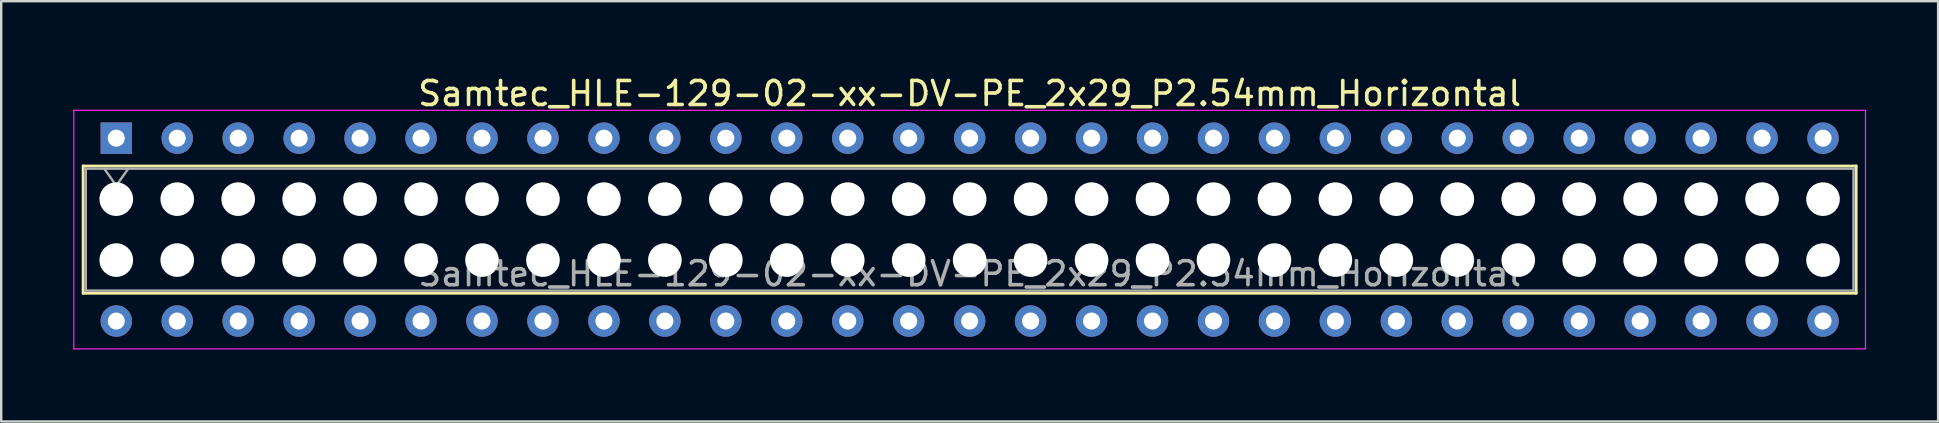
<source format=kicad_pcb>
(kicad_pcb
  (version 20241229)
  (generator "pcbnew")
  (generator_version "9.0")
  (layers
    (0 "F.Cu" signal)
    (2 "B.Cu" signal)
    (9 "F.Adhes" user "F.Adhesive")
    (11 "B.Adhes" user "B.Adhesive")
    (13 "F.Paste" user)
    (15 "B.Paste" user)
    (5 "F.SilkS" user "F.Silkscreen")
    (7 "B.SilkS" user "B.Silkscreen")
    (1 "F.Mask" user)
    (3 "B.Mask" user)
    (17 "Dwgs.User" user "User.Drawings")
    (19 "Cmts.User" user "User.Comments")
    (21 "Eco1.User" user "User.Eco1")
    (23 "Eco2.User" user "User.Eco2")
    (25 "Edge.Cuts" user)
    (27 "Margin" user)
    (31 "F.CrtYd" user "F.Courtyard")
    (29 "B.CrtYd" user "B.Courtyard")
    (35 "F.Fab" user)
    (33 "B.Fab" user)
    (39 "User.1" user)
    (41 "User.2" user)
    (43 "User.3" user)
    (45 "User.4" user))
  (footprint "Samtec_HLE-129-02-xx-DV-PE_2x29_P2.54mm_Horizontal"
    (layer "F.Cu")
    (at 1.795 2.708)
    (property "Reference" "Samtec_HLE-129-02-xx-DV-PE_2x29_P2.54mm_Horizontal" (at 35.56 -1.86 0) (layer "F.SilkS") (effects (font (size 1 1) (thickness 0.15))))
    (attr through_hole)
    (fp_line (start -1.38 1.16) (end 72.5 1.16) (stroke (width 0.12) (type solid)) (layer "F.SilkS"))
    (fp_line (start -1.38 6.46) (end -1.38 1.16) (stroke (width 0.12) (type solid)) (layer "F.SilkS"))
    (fp_line (start 72.5 1.16) (end 72.5 6.46) (stroke (width 0.12) (type solid)) (layer "F.SilkS"))
    (fp_line (start 72.5 6.46) (end -1.38 6.46) (stroke (width 0.12) (type solid)) (layer "F.SilkS"))
    (fp_line (start -1.77 -1.16) (end 72.89 -1.16) (stroke (width 0.05) (type solid)) (layer "F.CrtYd"))
    (fp_line (start -1.77 8.78) (end -1.77 -1.16) (stroke (width 0.05) (type solid)) (layer "F.CrtYd"))
    (fp_line (start 72.89 -1.16) (end 72.89 8.78) (stroke (width 0.05) (type solid)) (layer "F.CrtYd"))
    (fp_line (start 72.89 8.78) (end -1.77 8.78) (stroke (width 0.05) (type solid)) (layer "F.CrtYd"))
    (fp_line (start -1.27 1.27) (end 72.39 1.27) (stroke (width 0.1) (type solid)) (layer "F.Fab"))
    (fp_line (start -1.27 6.35) (end -1.27 1.27) (stroke (width 0.1) (type solid)) (layer "F.Fab"))
    (fp_line (start -0.5 1.27) (end 0 1.977) (stroke (width 0.1) (type solid)) (layer "F.Fab"))
    (fp_line (start 0 1.977) (end 0.5 1.27) (stroke (width 0.1) (type solid)) (layer "F.Fab"))
    (fp_line (start 72.39 1.27) (end 72.39 6.35) (stroke (width 0.1) (type solid)) (layer "F.Fab"))
    (fp_line (start 72.39 6.35) (end -1.27 6.35) (stroke (width 0.1) (type solid)) (layer "F.Fab"))
    (fp_text user "${REFERENCE}" (at 35.56 5.65 0) (layer "F.Fab") (effects (font (size 1 1) (thickness 0.15))))
    (pad "" np_thru_hole circle (at 0 2.54) (size 1.4 1.4) (drill 1.4) (layers "*.Cu" "*.Mask"))
    (pad "" np_thru_hole circle (at 0 5.08) (size 1.4 1.4) (drill 1.4) (layers "*.Cu" "*.Mask"))
    (pad "" np_thru_hole circle (at 2.54 2.54) (size 1.4 1.4) (drill 1.4) (layers "*.Cu" "*.Mask"))
    (pad "" np_thru_hole circle (at 2.54 5.08) (size 1.4 1.4) (drill 1.4) (layers "*.Cu" "*.Mask"))
    (pad "" np_thru_hole circle (at 5.08 2.54) (size 1.4 1.4) (drill 1.4) (layers "*.Cu" "*.Mask"))
    (pad "" np_thru_hole circle (at 5.08 5.08) (size 1.4 1.4) (drill 1.4) (layers "*.Cu" "*.Mask"))
    (pad "" np_thru_hole circle (at 7.62 2.54) (size 1.4 1.4) (drill 1.4) (layers "*.Cu" "*.Mask"))
    (pad "" np_thru_hole circle (at 7.62 5.08) (size 1.4 1.4) (drill 1.4) (layers "*.Cu" "*.Mask"))
    (pad "" np_thru_hole circle (at 10.16 2.54) (size 1.4 1.4) (drill 1.4) (layers "*.Cu" "*.Mask"))
    (pad "" np_thru_hole circle (at 10.16 5.08) (size 1.4 1.4) (drill 1.4) (layers "*.Cu" "*.Mask"))
    (pad "" np_thru_hole circle (at 12.7 2.54) (size 1.4 1.4) (drill 1.4) (layers "*.Cu" "*.Mask"))
    (pad "" np_thru_hole circle (at 12.7 5.08) (size 1.4 1.4) (drill 1.4) (layers "*.Cu" "*.Mask"))
    (pad "" np_thru_hole circle (at 15.24 2.54) (size 1.4 1.4) (drill 1.4) (layers "*.Cu" "*.Mask"))
    (pad "" np_thru_hole circle (at 15.24 5.08) (size 1.4 1.4) (drill 1.4) (layers "*.Cu" "*.Mask"))
    (pad "" np_thru_hole circle (at 17.78 2.54) (size 1.4 1.4) (drill 1.4) (layers "*.Cu" "*.Mask"))
    (pad "" np_thru_hole circle (at 17.78 5.08) (size 1.4 1.4) (drill 1.4) (layers "*.Cu" "*.Mask"))
    (pad "" np_thru_hole circle (at 20.32 2.54) (size 1.4 1.4) (drill 1.4) (layers "*.Cu" "*.Mask"))
    (pad "" np_thru_hole circle (at 20.32 5.08) (size 1.4 1.4) (drill 1.4) (layers "*.Cu" "*.Mask"))
    (pad "" np_thru_hole circle (at 22.86 2.54) (size 1.4 1.4) (drill 1.4) (layers "*.Cu" "*.Mask"))
    (pad "" np_thru_hole circle (at 22.86 5.08) (size 1.4 1.4) (drill 1.4) (layers "*.Cu" "*.Mask"))
    (pad "" np_thru_hole circle (at 25.4 2.54) (size 1.4 1.4) (drill 1.4) (layers "*.Cu" "*.Mask"))
    (pad "" np_thru_hole circle (at 25.4 5.08) (size 1.4 1.4) (drill 1.4) (layers "*.Cu" "*.Mask"))
    (pad "" np_thru_hole circle (at 27.94 2.54) (size 1.4 1.4) (drill 1.4) (layers "*.Cu" "*.Mask"))
    (pad "" np_thru_hole circle (at 27.94 5.08) (size 1.4 1.4) (drill 1.4) (layers "*.Cu" "*.Mask"))
    (pad "" np_thru_hole circle (at 30.48 2.54) (size 1.4 1.4) (drill 1.4) (layers "*.Cu" "*.Mask"))
    (pad "" np_thru_hole circle (at 30.48 5.08) (size 1.4 1.4) (drill 1.4) (layers "*.Cu" "*.Mask"))
    (pad "" np_thru_hole circle (at 33.02 2.54) (size 1.4 1.4) (drill 1.4) (layers "*.Cu" "*.Mask"))
    (pad "" np_thru_hole circle (at 33.02 5.08) (size 1.4 1.4) (drill 1.4) (layers "*.Cu" "*.Mask"))
    (pad "" np_thru_hole circle (at 35.56 2.54) (size 1.4 1.4) (drill 1.4) (layers "*.Cu" "*.Mask"))
    (pad "" np_thru_hole circle (at 35.56 5.08) (size 1.4 1.4) (drill 1.4) (layers "*.Cu" "*.Mask"))
    (pad "" np_thru_hole circle (at 38.1 2.54) (size 1.4 1.4) (drill 1.4) (layers "*.Cu" "*.Mask"))
    (pad "" np_thru_hole circle (at 38.1 5.08) (size 1.4 1.4) (drill 1.4) (layers "*.Cu" "*.Mask"))
    (pad "" np_thru_hole circle (at 40.64 2.54) (size 1.4 1.4) (drill 1.4) (layers "*.Cu" "*.Mask"))
    (pad "" np_thru_hole circle (at 40.64 5.08) (size 1.4 1.4) (drill 1.4) (layers "*.Cu" "*.Mask"))
    (pad "" np_thru_hole circle (at 43.18 2.54) (size 1.4 1.4) (drill 1.4) (layers "*.Cu" "*.Mask"))
    (pad "" np_thru_hole circle (at 43.18 5.08) (size 1.4 1.4) (drill 1.4) (layers "*.Cu" "*.Mask"))
    (pad "" np_thru_hole circle (at 45.72 2.54) (size 1.4 1.4) (drill 1.4) (layers "*.Cu" "*.Mask"))
    (pad "" np_thru_hole circle (at 45.72 5.08) (size 1.4 1.4) (drill 1.4) (layers "*.Cu" "*.Mask"))
    (pad "" np_thru_hole circle (at 48.26 2.54) (size 1.4 1.4) (drill 1.4) (layers "*.Cu" "*.Mask"))
    (pad "" np_thru_hole circle (at 48.26 5.08) (size 1.4 1.4) (drill 1.4) (layers "*.Cu" "*.Mask"))
    (pad "" np_thru_hole circle (at 50.8 2.54) (size 1.4 1.4) (drill 1.4) (layers "*.Cu" "*.Mask"))
    (pad "" np_thru_hole circle (at 50.8 5.08) (size 1.4 1.4) (drill 1.4) (layers "*.Cu" "*.Mask"))
    (pad "" np_thru_hole circle (at 53.34 2.54) (size 1.4 1.4) (drill 1.4) (layers "*.Cu" "*.Mask"))
    (pad "" np_thru_hole circle (at 53.34 5.08) (size 1.4 1.4) (drill 1.4) (layers "*.Cu" "*.Mask"))
    (pad "" np_thru_hole circle (at 55.88 2.54) (size 1.4 1.4) (drill 1.4) (layers "*.Cu" "*.Mask"))
    (pad "" np_thru_hole circle (at 55.88 5.08) (size 1.4 1.4) (drill 1.4) (layers "*.Cu" "*.Mask"))
    (pad "" np_thru_hole circle (at 58.42 2.54) (size 1.4 1.4) (drill 1.4) (layers "*.Cu" "*.Mask"))
    (pad "" np_thru_hole circle (at 58.42 5.08) (size 1.4 1.4) (drill 1.4) (layers "*.Cu" "*.Mask"))
    (pad "" np_thru_hole circle (at 60.96 2.54) (size 1.4 1.4) (drill 1.4) (layers "*.Cu" "*.Mask"))
    (pad "" np_thru_hole circle (at 60.96 5.08) (size 1.4 1.4) (drill 1.4) (layers "*.Cu" "*.Mask"))
    (pad "" np_thru_hole circle (at 63.5 2.54) (size 1.4 1.4) (drill 1.4) (layers "*.Cu" "*.Mask"))
    (pad "" np_thru_hole circle (at 63.5 5.08) (size 1.4 1.4) (drill 1.4) (layers "*.Cu" "*.Mask"))
    (pad "" np_thru_hole circle (at 66.04 2.54) (size 1.4 1.4) (drill 1.4) (layers "*.Cu" "*.Mask"))
    (pad "" np_thru_hole circle (at 66.04 5.08) (size 1.4 1.4) (drill 1.4) (layers "*.Cu" "*.Mask"))
    (pad "" np_thru_hole circle (at 68.58 2.54) (size 1.4 1.4) (drill 1.4) (layers "*.Cu" "*.Mask"))
    (pad "" np_thru_hole circle (at 68.58 5.08) (size 1.4 1.4) (drill 1.4) (layers "*.Cu" "*.Mask"))
    (pad "" np_thru_hole circle (at 71.12 2.54) (size 1.4 1.4) (drill 1.4) (layers "*.Cu" "*.Mask"))
    (pad "" np_thru_hole circle (at 71.12 5.08) (size 1.4 1.4) (drill 1.4) (layers "*.Cu" "*.Mask"))
    (pad "1" thru_hole rect (at 0 0) (size 1.31 1.31) (drill 0.71) (layers "*.Cu" "*.Mask"))
    (pad "2" thru_hole circle (at 0 7.62) (size 1.31 1.31) (drill 0.71) (layers "*.Cu" "*.Mask"))
    (pad "3" thru_hole circle (at 2.54 0) (size 1.31 1.31) (drill 0.71) (layers "*.Cu" "*.Mask"))
    (pad "4" thru_hole circle (at 2.54 7.62) (size 1.31 1.31) (drill 0.71) (layers "*.Cu" "*.Mask"))
    (pad "5" thru_hole circle (at 5.08 0) (size 1.31 1.31) (drill 0.71) (layers "*.Cu" "*.Mask"))
    (pad "6" thru_hole circle (at 5.08 7.62) (size 1.31 1.31) (drill 0.71) (layers "*.Cu" "*.Mask"))
    (pad "7" thru_hole circle (at 7.62 0) (size 1.31 1.31) (drill 0.71) (layers "*.Cu" "*.Mask"))
    (pad "8" thru_hole circle (at 7.62 7.62) (size 1.31 1.31) (drill 0.71) (layers "*.Cu" "*.Mask"))
    (pad "9" thru_hole circle (at 10.16 0) (size 1.31 1.31) (drill 0.71) (layers "*.Cu" "*.Mask"))
    (pad "10" thru_hole circle (at 10.16 7.62) (size 1.31 1.31) (drill 0.71) (layers "*.Cu" "*.Mask"))
    (pad "11" thru_hole circle (at 12.7 0) (size 1.31 1.31) (drill 0.71) (layers "*.Cu" "*.Mask"))
    (pad "12" thru_hole circle (at 12.7 7.62) (size 1.31 1.31) (drill 0.71) (layers "*.Cu" "*.Mask"))
    (pad "13" thru_hole circle (at 15.24 0) (size 1.31 1.31) (drill 0.71) (layers "*.Cu" "*.Mask"))
    (pad "14" thru_hole circle (at 15.24 7.62) (size 1.31 1.31) (drill 0.71) (layers "*.Cu" "*.Mask"))
    (pad "15" thru_hole circle (at 17.78 0) (size 1.31 1.31) (drill 0.71) (layers "*.Cu" "*.Mask"))
    (pad "16" thru_hole circle (at 17.78 7.62) (size 1.31 1.31) (drill 0.71) (layers "*.Cu" "*.Mask"))
    (pad "17" thru_hole circle (at 20.32 0) (size 1.31 1.31) (drill 0.71) (layers "*.Cu" "*.Mask"))
    (pad "18" thru_hole circle (at 20.32 7.62) (size 1.31 1.31) (drill 0.71) (layers "*.Cu" "*.Mask"))
    (pad "19" thru_hole circle (at 22.86 0) (size 1.31 1.31) (drill 0.71) (layers "*.Cu" "*.Mask"))
    (pad "20" thru_hole circle (at 22.86 7.62) (size 1.31 1.31) (drill 0.71) (layers "*.Cu" "*.Mask"))
    (pad "21" thru_hole circle (at 25.4 0) (size 1.31 1.31) (drill 0.71) (layers "*.Cu" "*.Mask"))
    (pad "22" thru_hole circle (at 25.4 7.62) (size 1.31 1.31) (drill 0.71) (layers "*.Cu" "*.Mask"))
    (pad "23" thru_hole circle (at 27.94 0) (size 1.31 1.31) (drill 0.71) (layers "*.Cu" "*.Mask"))
    (pad "24" thru_hole circle (at 27.94 7.62) (size 1.31 1.31) (drill 0.71) (layers "*.Cu" "*.Mask"))
    (pad "25" thru_hole circle (at 30.48 0) (size 1.31 1.31) (drill 0.71) (layers "*.Cu" "*.Mask"))
    (pad "26" thru_hole circle (at 30.48 7.62) (size 1.31 1.31) (drill 0.71) (layers "*.Cu" "*.Mask"))
    (pad "27" thru_hole circle (at 33.02 0) (size 1.31 1.31) (drill 0.71) (layers "*.Cu" "*.Mask"))
    (pad "28" thru_hole circle (at 33.02 7.62) (size 1.31 1.31) (drill 0.71) (layers "*.Cu" "*.Mask"))
    (pad "29" thru_hole circle (at 35.56 0) (size 1.31 1.31) (drill 0.71) (layers "*.Cu" "*.Mask"))
    (pad "30" thru_hole circle (at 35.56 7.62) (size 1.31 1.31) (drill 0.71) (layers "*.Cu" "*.Mask"))
    (pad "31" thru_hole circle (at 38.1 0) (size 1.31 1.31) (drill 0.71) (layers "*.Cu" "*.Mask"))
    (pad "32" thru_hole circle (at 38.1 7.62) (size 1.31 1.31) (drill 0.71) (layers "*.Cu" "*.Mask"))
    (pad "33" thru_hole circle (at 40.64 0) (size 1.31 1.31) (drill 0.71) (layers "*.Cu" "*.Mask"))
    (pad "34" thru_hole circle (at 40.64 7.62) (size 1.31 1.31) (drill 0.71) (layers "*.Cu" "*.Mask"))
    (pad "35" thru_hole circle (at 43.18 0) (size 1.31 1.31) (drill 0.71) (layers "*.Cu" "*.Mask"))
    (pad "36" thru_hole circle (at 43.18 7.62) (size 1.31 1.31) (drill 0.71) (layers "*.Cu" "*.Mask"))
    (pad "37" thru_hole circle (at 45.72 0) (size 1.31 1.31) (drill 0.71) (layers "*.Cu" "*.Mask"))
    (pad "38" thru_hole circle (at 45.72 7.62) (size 1.31 1.31) (drill 0.71) (layers "*.Cu" "*.Mask"))
    (pad "39" thru_hole circle (at 48.26 0) (size 1.31 1.31) (drill 0.71) (layers "*.Cu" "*.Mask"))
    (pad "40" thru_hole circle (at 48.26 7.62) (size 1.31 1.31) (drill 0.71) (layers "*.Cu" "*.Mask"))
    (pad "41" thru_hole circle (at 50.8 0) (size 1.31 1.31) (drill 0.71) (layers "*.Cu" "*.Mask"))
    (pad "42" thru_hole circle (at 50.8 7.62) (size 1.31 1.31) (drill 0.71) (layers "*.Cu" "*.Mask"))
    (pad "43" thru_hole circle (at 53.34 0) (size 1.31 1.31) (drill 0.71) (layers "*.Cu" "*.Mask"))
    (pad "44" thru_hole circle (at 53.34 7.62) (size 1.31 1.31) (drill 0.71) (layers "*.Cu" "*.Mask"))
    (pad "45" thru_hole circle (at 55.88 0) (size 1.31 1.31) (drill 0.71) (layers "*.Cu" "*.Mask"))
    (pad "46" thru_hole circle (at 55.88 7.62) (size 1.31 1.31) (drill 0.71) (layers "*.Cu" "*.Mask"))
    (pad "47" thru_hole circle (at 58.42 0) (size 1.31 1.31) (drill 0.71) (layers "*.Cu" "*.Mask"))
    (pad "48" thru_hole circle (at 58.42 7.62) (size 1.31 1.31) (drill 0.71) (layers "*.Cu" "*.Mask"))
    (pad "49" thru_hole circle (at 60.96 0) (size 1.31 1.31) (drill 0.71) (layers "*.Cu" "*.Mask"))
    (pad "50" thru_hole circle (at 60.96 7.62) (size 1.31 1.31) (drill 0.71) (layers "*.Cu" "*.Mask"))
    (pad "51" thru_hole circle (at 63.5 0) (size 1.31 1.31) (drill 0.71) (layers "*.Cu" "*.Mask"))
    (pad "52" thru_hole circle (at 63.5 7.62) (size 1.31 1.31) (drill 0.71) (layers "*.Cu" "*.Mask"))
    (pad "53" thru_hole circle (at 66.04 0) (size 1.31 1.31) (drill 0.71) (layers "*.Cu" "*.Mask"))
    (pad "54" thru_hole circle (at 66.04 7.62) (size 1.31 1.31) (drill 0.71) (layers "*.Cu" "*.Mask"))
    (pad "55" thru_hole circle (at 68.58 0) (size 1.31 1.31) (drill 0.71) (layers "*.Cu" "*.Mask"))
    (pad "56" thru_hole circle (at 68.58 7.62) (size 1.31 1.31) (drill 0.71) (layers "*.Cu" "*.Mask"))
    (pad "57" thru_hole circle (at 71.12 0) (size 1.31 1.31) (drill 0.71) (layers "*.Cu" "*.Mask"))
    (pad "58" thru_hole circle (at 71.12 7.62) (size 1.31 1.31) (drill 0.71) (layers "*.Cu" "*.Mask")))
  (gr_rect
    (start -3 -3)
    (end 77.71 14.513)
    (stroke (width 0.1) (type default))
    (fill no)
    (layer "Edge.Cuts")))
</source>
